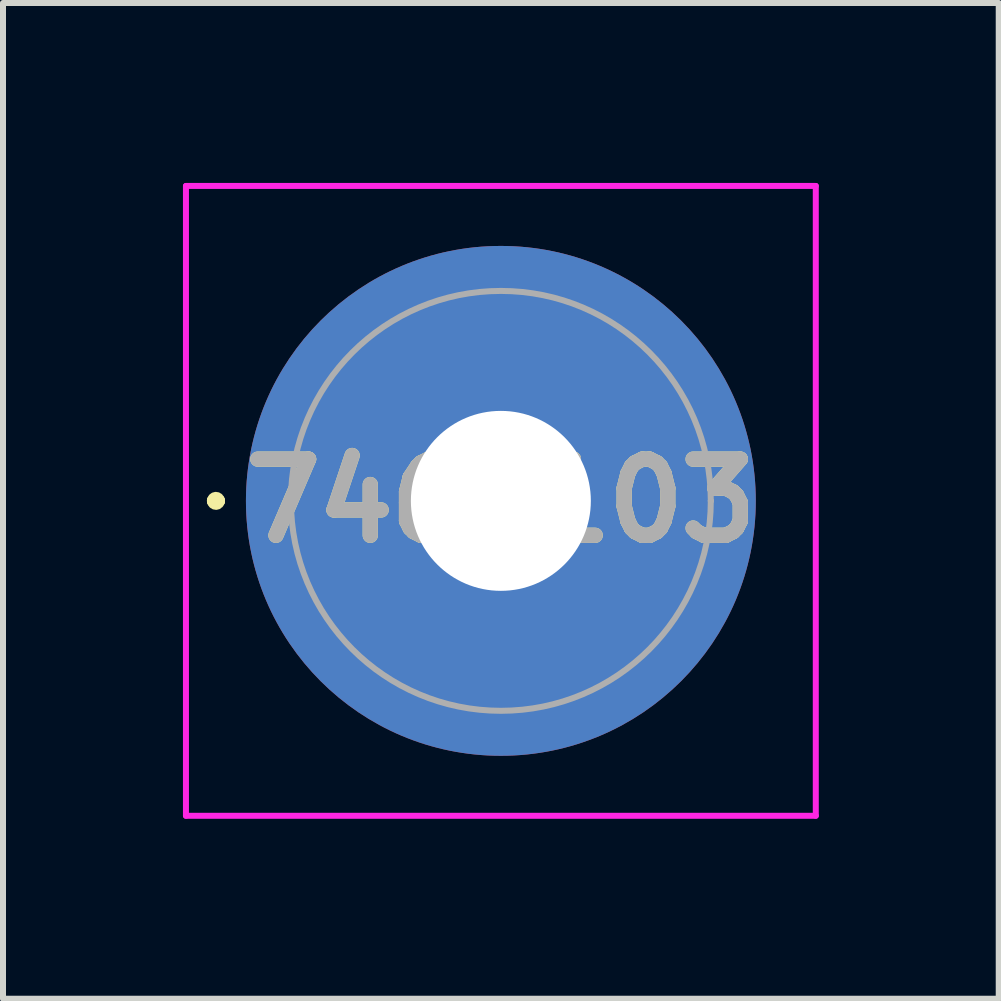
<source format=kicad_pcb>
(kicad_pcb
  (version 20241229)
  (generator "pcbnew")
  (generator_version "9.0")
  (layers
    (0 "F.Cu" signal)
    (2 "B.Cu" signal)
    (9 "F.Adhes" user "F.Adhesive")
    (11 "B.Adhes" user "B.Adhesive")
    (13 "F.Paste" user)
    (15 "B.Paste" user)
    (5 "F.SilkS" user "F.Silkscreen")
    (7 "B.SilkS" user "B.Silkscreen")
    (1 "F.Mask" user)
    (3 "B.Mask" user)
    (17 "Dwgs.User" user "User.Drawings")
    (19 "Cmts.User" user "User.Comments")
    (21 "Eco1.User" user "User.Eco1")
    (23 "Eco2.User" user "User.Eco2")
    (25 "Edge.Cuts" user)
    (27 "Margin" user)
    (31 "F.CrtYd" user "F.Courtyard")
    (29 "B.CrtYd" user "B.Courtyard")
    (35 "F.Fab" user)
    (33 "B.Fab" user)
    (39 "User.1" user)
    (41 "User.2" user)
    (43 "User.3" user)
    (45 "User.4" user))
  (footprint "7466103"
    (layer "F.Cu")
    (at 5.3 5.3)
    (property "Reference" "7466103" (at 0 0 0) (layer "F.SilkS") (effects (font (size 1.27 1.27) (thickness 0.254))))
    (attr through_hole)
    (fp_line (start -4.8 0) (end -4.8 0) (stroke (width 0.2) (type solid)) (layer "F.SilkS"))
    (fp_line (start -4.8 0) (end -4.7 0) (stroke (width 0.2) (type solid)) (layer "F.SilkS"))
    (fp_line (start -4.7 0) (end -4.7 0) (stroke (width 0.2) (type solid)) (layer "F.SilkS"))
    (fp_arc (start -4.8 0) (mid -4.75 -0.05) (end -4.7 0) (stroke (width 0.2) (type solid)) (layer "F.SilkS"))
    (fp_arc (start -4.7 0) (mid -4.75 0.05) (end -4.8 0) (stroke (width 0.2) (type solid)) (layer "F.SilkS"))
    (fp_line (start -5.25 -5.25) (end 5.25 -5.25) (stroke (width 0.1) (type solid)) (layer "F.CrtYd"))
    (fp_line (start -5.25 5.25) (end -5.25 -5.25) (stroke (width 0.1) (type solid)) (layer "F.CrtYd"))
    (fp_line (start 5.25 -5.25) (end 5.25 5.25) (stroke (width 0.1) (type solid)) (layer "F.CrtYd"))
    (fp_line (start 5.25 5.25) (end -5.25 5.25) (stroke (width 0.1) (type solid)) (layer "F.CrtYd"))
    (fp_line (start -3.5 0) (end -3.5 0) (stroke (width 0.1) (type solid)) (layer "F.Fab"))
    (fp_line (start 3.5 0) (end 3.5 0) (stroke (width 0.1) (type solid)) (layer "F.Fab"))
    (fp_arc (start -3.5 0) (mid 0 -3.5) (end 3.5 0) (stroke (width 0.1) (type solid)) (layer "F.Fab"))
    (fp_arc (start 3.5 0) (mid 0 3.5) (end -3.5 0) (stroke (width 0.1) (type solid)) (layer "F.Fab"))
    (fp_text user "${REFERENCE}" (at 0 0 0) (layer "F.Fab") (effects (font (size 1.27 1.27) (thickness 0.254))))
    (pad "1" thru_hole circle (at 0 0) (size 8.5 8.5) (drill 3) (layers "*.Cu" "*.Mask")))
  (gr_rect
    (start -3 -3)
    (end 13.6 13.6)
    (stroke (width 0.1) (type default))
    (fill no)
    (layer "Edge.Cuts")))
</source>
